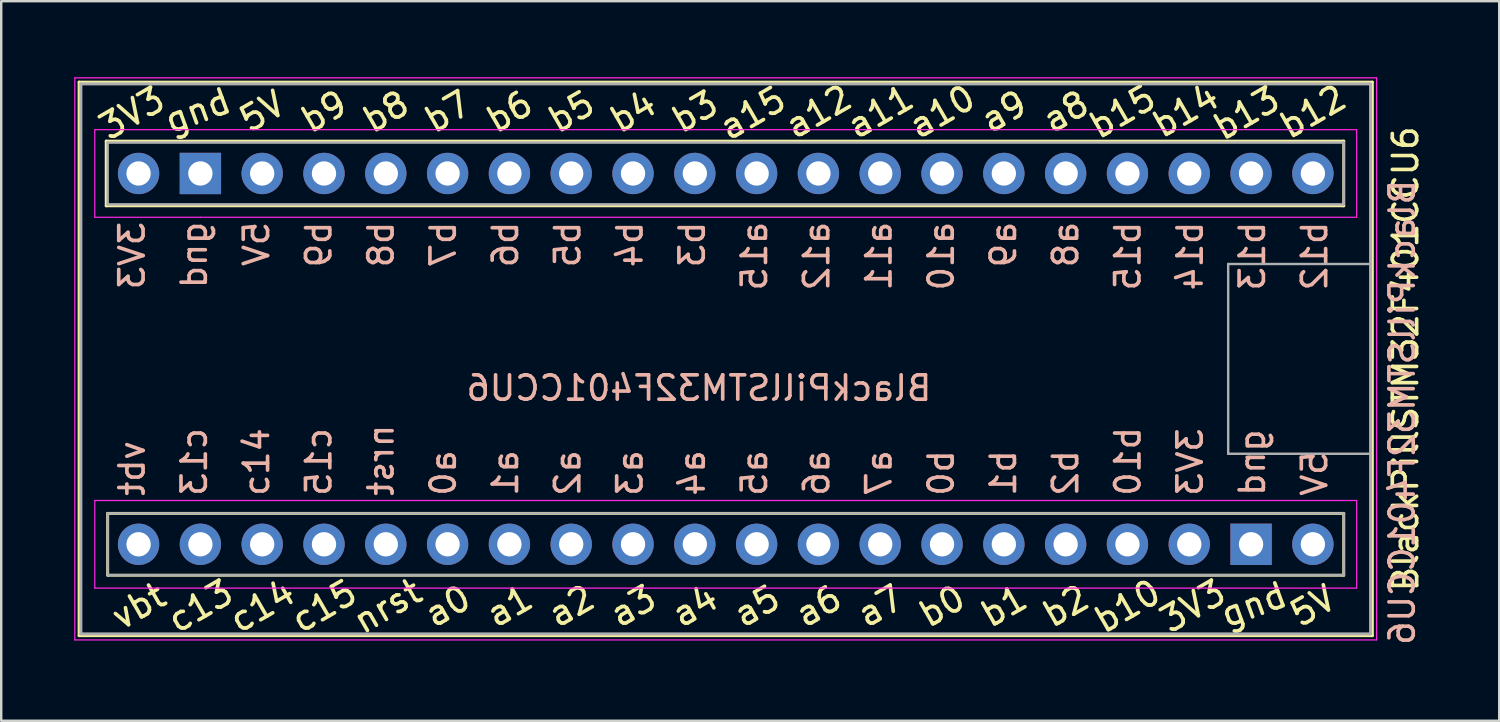
<source format=kicad_pcb>
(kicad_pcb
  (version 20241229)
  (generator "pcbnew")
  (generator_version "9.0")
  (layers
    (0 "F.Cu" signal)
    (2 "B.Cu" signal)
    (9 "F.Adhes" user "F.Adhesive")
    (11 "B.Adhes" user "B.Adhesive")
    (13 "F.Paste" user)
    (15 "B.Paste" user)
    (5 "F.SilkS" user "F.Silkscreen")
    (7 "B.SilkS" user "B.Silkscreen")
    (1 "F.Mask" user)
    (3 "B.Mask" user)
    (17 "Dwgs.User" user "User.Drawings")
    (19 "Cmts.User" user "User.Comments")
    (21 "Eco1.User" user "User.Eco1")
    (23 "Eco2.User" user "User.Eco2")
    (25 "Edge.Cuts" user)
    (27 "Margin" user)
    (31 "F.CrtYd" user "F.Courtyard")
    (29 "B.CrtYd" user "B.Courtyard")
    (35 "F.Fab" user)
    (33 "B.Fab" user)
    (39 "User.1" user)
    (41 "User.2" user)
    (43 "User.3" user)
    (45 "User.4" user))
  (footprint "BlackPillSTM32F401CCU6"
    (layer "F.Cu")
    (at 26.775 11.699)
    (property "Reference" "BlackPillSTM32F401CCU6" (at 27.94 0 270) (layer "F.SilkS") (effects (font (size 1 1) (thickness 0.15))))
    (property "Value" "BlackPillSTM32F401CCU6" (at -0.635 12.7 180) (layer "F.Fab") (hide yes) (effects (font (size 1 1) (thickness 0.15))))
    (attr through_hole)
    (fp_line (start -26.575 -11.375) (end 26.575 -11.375) (stroke (width 0.12) (type solid)) (layer "F.SilkS"))
    (fp_line (start -26.575 11.375) (end -26.575 -11.375) (stroke (width 0.12) (type solid)) (layer "F.SilkS"))
    (fp_line (start -25.46 -8.95) (end 25.4 -8.95) (stroke (width 0.12) (type solid)) (layer "F.SilkS"))
    (fp_line (start -25.46 -6.29) (end -25.46 -8.95) (stroke (width 0.12) (type solid)) (layer "F.SilkS"))
    (fp_line (start -25.4 6.35) (end 25.4 6.35) (stroke (width 0.12) (type solid)) (layer "F.SilkS"))
    (fp_line (start -25.4 8.89) (end -25.4 6.35) (stroke (width 0.12) (type solid)) (layer "F.SilkS"))
    (fp_line (start 25.4 -8.95) (end 25.4 -6.29) (stroke (width 0.12) (type solid)) (layer "F.SilkS"))
    (fp_line (start 25.4 -6.29) (end -25.46 -6.29) (stroke (width 0.12) (type solid)) (layer "F.SilkS"))
    (fp_line (start 25.4 6.35) (end 25.4 8.89) (stroke (width 0.12) (type solid)) (layer "F.SilkS"))
    (fp_line (start 25.4 8.89) (end -25.4 8.89) (stroke (width 0.12) (type solid)) (layer "F.SilkS"))
    (fp_line (start 26.575 -11.375) (end 26.575 11.375) (stroke (width 0.12) (type solid)) (layer "F.SilkS"))
    (fp_line (start 26.575 11.375) (end -26.575 11.375) (stroke (width 0.12) (type solid)) (layer "F.SilkS"))
    (fp_line (start -26.75 -11.55) (end 26.75 -11.55) (stroke (width 0.05) (type solid)) (layer "F.CrtYd"))
    (fp_line (start -26.75 11.55) (end -26.75 -11.55) (stroke (width 0.05) (type solid)) (layer "F.CrtYd"))
    (fp_line (start -25.93 -9.42) (end -25.93 -5.82) (stroke (width 0.05) (type solid)) (layer "F.CrtYd"))
    (fp_line (start -25.93 9.42) (end -25.93 5.82) (stroke (width 0.05) (type solid)) (layer "F.CrtYd"))
    (fp_line (start -21.59 -5.82) (end -25.93 -5.82) (stroke (width 0.05) (type solid)) (layer "F.CrtYd"))
    (fp_line (start -21.59 5.82) (end -25.93 5.82) (stroke (width 0.05) (type solid)) (layer "F.CrtYd"))
    (fp_line (start 25.93 -9.42) (end -25.93 -9.42) (stroke (width 0.05) (type solid)) (layer "F.CrtYd"))
    (fp_line (start 25.93 -5.82) (end -21.59 -5.82) (stroke (width 0.05) (type solid)) (layer "F.CrtYd"))
    (fp_line (start 25.93 -5.82) (end 25.93 -9.42) (stroke (width 0.05) (type solid)) (layer "F.CrtYd"))
    (fp_line (start 25.93 5.82) (end -21.59 5.82) (stroke (width 0.05) (type solid)) (layer "F.CrtYd"))
    (fp_line (start 25.93 5.82) (end 25.93 9.42) (stroke (width 0.05) (type solid)) (layer "F.CrtYd"))
    (fp_line (start 25.93 9.42) (end -25.93 9.42) (stroke (width 0.05) (type solid)) (layer "F.CrtYd"))
    (fp_line (start 26.75 -11.55) (end 26.75 11.55) (stroke (width 0.05) (type solid)) (layer "F.CrtYd"))
    (fp_line (start 26.75 11.55) (end -26.75 11.55) (stroke (width 0.05) (type solid)) (layer "F.CrtYd"))
    (fp_line (start -26.5 -11.3) (end -26.5 11.3) (stroke (width 0.12) (type solid)) (layer "F.Fab"))
    (fp_line (start -26.5 -11.3) (end 26.45 -11.3) (stroke (width 0.12) (type solid)) (layer "F.Fab"))
    (fp_line (start -25.4 -8.89) (end 25.4 -8.89) (stroke (width 0.1) (type solid)) (layer "F.Fab"))
    (fp_line (start -25.4 -6.35) (end -25.4 -8.89) (stroke (width 0.1) (type solid)) (layer "F.Fab"))
    (fp_line (start -25.4 6.35) (end 25.4 6.35) (stroke (width 0.1) (type solid)) (layer "F.Fab"))
    (fp_line (start -25.4 8.89) (end -25.4 6.35) (stroke (width 0.1) (type solid)) (layer "F.Fab"))
    (fp_line (start 20.65 -3.9) (end 20.65 3.9) (stroke (width 0.1) (type solid)) (layer "F.Fab"))
    (fp_line (start 20.65 -3.9) (end 26.45 -3.9) (stroke (width 0.1) (type solid)) (layer "F.Fab"))
    (fp_line (start 20.65 3.9) (end 26.45 3.9) (stroke (width 0.1) (type solid)) (layer "F.Fab"))
    (fp_line (start 25.4 -8.89) (end 25.4 -6.35) (stroke (width 0.1) (type solid)) (layer "F.Fab"))
    (fp_line (start 25.4 -6.35) (end -25.4 -6.35) (stroke (width 0.1) (type solid)) (layer "F.Fab"))
    (fp_line (start 25.4 6.35) (end 25.4 8.89) (stroke (width 0.1) (type solid)) (layer "F.Fab"))
    (fp_line (start 25.4 8.89) (end -25.4 8.89) (stroke (width 0.1) (type solid)) (layer "F.Fab"))
    (fp_line (start 26.5 -11.3) (end 26.5 11.3) (stroke (width 0.12) (type solid)) (layer "F.Fab"))
    (fp_line (start 26.5 11.3) (end -26.5 11.3) (stroke (width 0.12) (type solid)) (layer "F.Fab"))
    (fp_text user "a1" (at -8.89 10.16 30) (layer "F.SilkS") (effects (font (size 1 1) (thickness 0.15))))
    (fp_text user "b6" (at -8.89 -10.16 30) (layer "F.SilkS") (effects (font (size 1 1) (thickness 0.15))))
    (fp_text user "b3" (at -1.27 -10.16 30) (layer "F.SilkS") (effects (font (size 1 1) (thickness 0.15))))
    (fp_text user "5V" (at -19.05 -10.16 30) (layer "F.SilkS") (effects (font (size 1 1) (thickness 0.15))))
    (fp_text user "b13" (at 21.4 -10.1 30) (layer "F.SilkS") (effects (font (size 1 1) (thickness 0.15))))
    (fp_text user "a4" (at -1.27 10.16 30) (layer "F.SilkS") (effects (font (size 1 1) (thickness 0.15))))
    (fp_text user "b0" (at 8.89 10.16 30) (layer "F.SilkS") (effects (font (size 1 1) (thickness 0.15))))
    (fp_text user "3V3" (at -24.4 -10.1 30) (layer "F.SilkS") (effects (font (size 1 1) (thickness 0.15))))
    (fp_text user "b12" (at 24.13 -10.16 30) (layer "F.SilkS") (effects (font (size 1 1) (thickness 0.15))))
    (fp_text user "b2" (at 13.97 10.16 30) (layer "F.SilkS") (effects (font (size 1 1) (thickness 0.15))))
    (fp_text user "a12" (at 3.81 -10.16 30) (layer "F.SilkS") (effects (font (size 1 1) (thickness 0.15))))
    (fp_text user "a11" (at 6.35 -10.16 30) (layer "F.SilkS") (effects (font (size 1 1) (thickness 0.15))))
    (fp_text user "nrst" (at -13.9 10.16 30) (layer "F.SilkS") (effects (font (size 1 1) (thickness 0.15))))
    (fp_text user "b8" (at -13.97 -10.16 30) (layer "F.SilkS") (effects (font (size 1 1) (thickness 0.15))))
    (fp_text user "a15" (at 1.1 -10.1 30) (layer "F.SilkS") (effects (font (size 1 1) (thickness 0.15))))
    (fp_text user "vbt" (at -24.13 10.16 30) (layer "F.SilkS") (effects (font (size 1 1) (thickness 0.15))))
    (fp_text user "a9" (at 11.43 -10.16 30) (layer "F.SilkS") (effects (font (size 1 1) (thickness 0.15))))
    (fp_text user "a7" (at 6.35 10.16 30) (layer "F.SilkS") (effects (font (size 1 1) (thickness 0.15))))
    (fp_text user "b15" (at 16.3 -10.16 30) (layer "F.SilkS") (effects (font (size 1 1) (thickness 0.15))))
    (fp_text user "a10" (at 8.89 -10.16 30) (layer "F.SilkS") (effects (font (size 1 1) (thickness 0.15))))
    (fp_text user "gnd" (at 21.7 10.1 20) (layer "F.SilkS") (effects (font (size 1 1) (thickness 0.15))))
    (fp_text user "c15" (at -16.51 10.16 30) (layer "F.SilkS") (effects (font (size 1 1) (thickness 0.15))))
    (fp_text user "b7" (at -11.43 -10.16 30) (layer "F.SilkS") (effects (font (size 1 1) (thickness 0.15))))
    (fp_text user "b5" (at -6.35 -10.16 30) (layer "F.SilkS") (effects (font (size 1 1) (thickness 0.15))))
    (fp_text user "a3" (at -3.81 10.16 30) (layer "F.SilkS") (effects (font (size 1 1) (thickness 0.15))))
    (fp_text user "c13" (at -21.59 10.16 30) (layer "F.SilkS") (effects (font (size 1 1) (thickness 0.15))))
    (fp_text user "b1" (at 11.43 10.16 30) (layer "F.SilkS") (effects (font (size 1 1) (thickness 0.15))))
    (fp_text user "a5" (at 1.27 10.16 30) (layer "F.SilkS") (effects (font (size 1 1) (thickness 0.15))))
    (fp_text user "a8" (at 13.97 -10.16 30) (layer "F.SilkS") (effects (font (size 1 1) (thickness 0.15))))
    (fp_text user "a0" (at -11.43 10.16 30) (layer "F.SilkS") (effects (font (size 1 1) (thickness 0.15))))
    (fp_text user "a6" (at 3.81 10.16 30) (layer "F.SilkS") (effects (font (size 1 1) (thickness 0.15))))
    (fp_text user "b10" (at 16.51 10.16 30) (layer "F.SilkS") (effects (font (size 1 1) (thickness 0.15))))
    (fp_text user "b14" (at 18.9 -10.2 30) (layer "F.SilkS") (effects (font (size 1 1) (thickness 0.15))))
    (fp_text user "gnd" (at -21.7 -10.2 20) (layer "F.SilkS") (effects (font (size 1 1) (thickness 0.15))))
    (fp_text user "a2" (at -6.35 10.16 30) (layer "F.SilkS") (effects (font (size 1 1) (thickness 0.15))))
    (fp_text user "b9" (at -16.51 -10.16 30) (layer "F.SilkS") (effects (font (size 1 1) (thickness 0.15))))
    (fp_text user "c14" (at -19.05 10.16 30) (layer "F.SilkS") (effects (font (size 1 1) (thickness 0.15))))
    (fp_text user "5V" (at 24.13 10.16 30) (layer "F.SilkS") (effects (font (size 1 1) (thickness 0.15))))
    (fp_text user "3V3" (at 19.2 10.16 30) (layer "F.SilkS") (effects (font (size 1 1) (thickness 0.15))))
    (fp_text user "b4" (at -3.81 -10.16 30) (layer "F.SilkS") (effects (font (size 1 1) (thickness 0.15))))
    (fp_text user "a12" (at 3.737 -4.224 270) (layer "B.SilkS") (effects (font (size 1 1) (thickness 0.15)) (justify mirror)))
    (fp_text user "gnd" (at 21.642 4.262 270) (layer "B.SilkS") (effects (font (size 1 1) (thickness 0.15)) (justify mirror)))
    (fp_text user "a5" (at 1.179 4.69 90) (layer "B.SilkS") (effects (font (size 1 1) (thickness 0.15)) (justify mirror)))
    (fp_text user "5V" (at 24.2 4.714 270) (layer "B.SilkS") (effects (font (size 1 1) (thickness 0.15)) (justify mirror)))
    (fp_text user "b1" (at 11.411 4.69 90) (layer "B.SilkS") (effects (font (size 1 1) (thickness 0.15)) (justify mirror)))
    (fp_text user "c14" (at -19.284 4.238 90) (layer "B.SilkS") (effects (font (size 1 1) (thickness 0.15))))
    (fp_text user "b13" (at 21.642 -4.224 90) (layer "B.SilkS") (effects (font (size 1 1) (thickness 0.15)) (justify mirror)))
    (fp_text user "a3" (at -3.937 4.69 90) (layer "B.SilkS") (effects (font (size 1 1) (thickness 0.15)) (justify mirror)))
    (fp_text user "3V3" (at 19.084 4.238 90) (layer "B.SilkS") (effects (font (size 1 1) (thickness 0.15)) (justify mirror)))
    (fp_text user "b5" (at -6.495 -4.7 270) (layer "B.SilkS") (effects (font (size 1 1) (thickness 0.15)) (justify mirror)))
    (fp_text user "b14" (at 19.084 -4.224 270) (layer "B.SilkS") (effects (font (size 1 1) (thickness 0.15)) (justify mirror)))
    (fp_text user "a2" (at -6.495 4.69 90) (layer "B.SilkS") (effects (font (size 1 1) (thickness 0.15)) (justify mirror)))
    (fp_text user "${REFERENCE}" (at 27.8 2.2 270) (layer "B.SilkS") (effects (font (size 1 1) (thickness 0.15)) (justify mirror)))
    (fp_text user "a0" (at -11.611 4.69 90) (layer "B.SilkS") (effects (font (size 1 1) (thickness 0.15)) (justify mirror)))
    (fp_text user "5V" (at -19.284 -4.724 270) (layer "B.SilkS") (effects (font (size 1 1) (thickness 0.15)) (justify mirror)))
    (fp_text user "3V3" (at -24.4 -4.248 90) (layer "B.SilkS") (effects (font (size 1 1) (thickness 0.15)) (justify mirror)))
    (fp_text user "gnd" (at -21.842 -4.271 270) (layer "B.SilkS") (effects (font (size 1 1) (thickness 0.15)) (justify mirror)))
    (fp_text user "a11" (at 6.295 -4.224 270) (layer "B.SilkS") (effects (font (size 1 1) (thickness 0.15)) (justify mirror)))
    (fp_text user "${VALUE}" (at -1.1 1.2 180) (layer "B.SilkS") (effects (font (size 1 1) (thickness 0.15)) (justify mirror)))
    (fp_text user "b6" (at -9.053 -4.7 270) (layer "B.SilkS") (effects (font (size 1 1) (thickness 0.15)) (justify mirror)))
    (fp_text user "a15" (at 1.179 -4.224 270) (layer "B.SilkS") (effects (font (size 1 1) (thickness 0.15)) (justify mirror)))
    (fp_text user "c15" (at -16.726 4.238 90) (layer "B.SilkS") (effects (font (size 1 1) (thickness 0.15)) (justify mirror)))
    (fp_text user "nrst" (at -14.168 4.167 90) (layer "B.SilkS") (effects (font (size 1 1) (thickness 0.15)) (justify mirror)))
    (fp_text user "b3" (at -1.379 -4.7 270) (layer "B.SilkS") (effects (font (size 1 1) (thickness 0.15)) (justify mirror)))
    (fp_text user "b10" (at 16.526 4.214 90) (layer "B.SilkS") (effects (font (size 1 1) (thickness 0.15)) (justify mirror)))
    (fp_text user "vbt" (at -24.4 4.5 90) (layer "B.SilkS") (effects (font (size 1 1) (thickness 0.15)) (justify mirror)))
    (fp_text user "b12" (at 24.2 -4.224 90) (layer "B.SilkS") (effects (font (size 1 1) (thickness 0.15)) (justify mirror)))
    (fp_text user "a6" (at 3.737 4.69 90) (layer "B.SilkS") (effects (font (size 1 1) (thickness 0.15)) (justify mirror)))
    (fp_text user "a1" (at -9.053 4.69 90) (layer "B.SilkS") (effects (font (size 1 1) (thickness 0.15)) (justify mirror)))
    (fp_text user "a4" (at -1.379 4.69 90) (layer "B.SilkS") (effects (font (size 1 1) (thickness 0.15)) (justify mirror)))
    (fp_text user "b0" (at 8.853 4.69 90) (layer "B.SilkS") (effects (font (size 1 1) (thickness 0.15)) (justify mirror)))
    (fp_text user "b15" (at 16.526 -4.224 270) (layer "B.SilkS") (effects (font (size 1 1) (thickness 0.15)) (justify mirror)))
    (fp_text user "b2" (at 13.968 4.69 90) (layer "B.SilkS") (effects (font (size 1 1) (thickness 0.15)) (justify mirror)))
    (fp_text user "b9" (at -16.726 -4.7 270) (layer "B.SilkS") (effects (font (size 1 1) (thickness 0.15)) (justify mirror)))
    (fp_text user "a10" (at 8.853 -4.224 270) (layer "B.SilkS") (effects (font (size 1 1) (thickness 0.15)) (justify mirror)))
    (fp_text user "a7" (at 6.295 4.69 90) (layer "B.SilkS") (effects (font (size 1 1) (thickness 0.15)) (justify mirror)))
    (fp_text user "b7" (at -11.611 -4.7 270) (layer "B.SilkS") (effects (font (size 1 1) (thickness 0.15)) (justify mirror)))
    (fp_text user "a8" (at 13.968 -4.7 270) (layer "B.SilkS") (effects (font (size 1 1) (thickness 0.15)) (justify mirror)))
    (fp_text user "b8" (at -14.168 -4.7 270) (layer "B.SilkS") (effects (font (size 1 1) (thickness 0.15)) (justify mirror)))
    (fp_text user "b4" (at -3.937 -4.7 270) (layer "B.SilkS") (effects (font (size 1 1) (thickness 0.15)) (justify mirror)))
    (fp_text user "a9" (at 11.411 -4.7 270) (layer "B.SilkS") (effects (font (size 1 1) (thickness 0.15)) (justify mirror)))
    (fp_text user "c13" (at -21.842 4.238 90) (layer "B.SilkS") (effects (font (size 1 1) (thickness 0.15)) (justify mirror)))
    (pad "1" thru_hole circle (at 24.13 -7.62 270) (size 1.7 1.7) (drill 1) (layers "*.Cu" "*.Mask"))
    (pad "2" thru_hole circle (at 21.59 -7.62 270) (size 1.7 1.7) (drill 1) (layers "*.Cu" "*.Mask"))
    (pad "3" thru_hole circle (at 19.05 -7.62 270) (size 1.7 1.7) (drill 1) (layers "*.Cu" "*.Mask"))
    (pad "4" thru_hole circle (at 16.51 -7.62 270) (size 1.7 1.7) (drill 1) (layers "*.Cu" "*.Mask"))
    (pad "5" thru_hole circle (at 13.97 -7.62 270) (size 1.7 1.7) (drill 1) (layers "*.Cu" "*.Mask"))
    (pad "6" thru_hole circle (at 11.43 -7.62 270) (size 1.7 1.7) (drill 1) (layers "*.Cu" "*.Mask"))
    (pad "7" thru_hole circle (at 8.89 -7.62 270) (size 1.7 1.7) (drill 1) (layers "*.Cu" "*.Mask"))
    (pad "8" thru_hole circle (at 6.35 -7.62 270) (size 1.7 1.7) (drill 1) (layers "*.Cu" "*.Mask"))
    (pad "9" thru_hole circle (at 3.81 -7.62 270) (size 1.7 1.7) (drill 1) (layers "*.Cu" "*.Mask"))
    (pad "10" thru_hole circle (at 1.27 -7.62) (size 1.7 1.7) (drill 1) (layers "*.Cu" "*.Mask"))
    (pad "11" thru_hole circle (at -1.27 -7.62 270) (size 1.7 1.7) (drill 1) (layers "*.Cu" "*.Mask"))
    (pad "12" thru_hole circle (at -3.81 -7.62 270) (size 1.7 1.7) (drill 1) (layers "*.Cu" "*.Mask"))
    (pad "13" thru_hole circle (at -6.35 -7.62 270) (size 1.7 1.7) (drill 1) (layers "*.Cu" "*.Mask"))
    (pad "14" thru_hole circle (at -8.89 -7.62 270) (size 1.7 1.7) (drill 1) (layers "*.Cu" "*.Mask"))
    (pad "15" thru_hole circle (at -11.43 -7.62 270) (size 1.7 1.7) (drill 1) (layers "*.Cu" "*.Mask"))
    (pad "16" thru_hole circle (at -13.97 -7.62 270) (size 1.7 1.7) (drill 1) (layers "*.Cu" "*.Mask"))
    (pad "17" thru_hole circle (at -16.51 -7.62 270) (size 1.7 1.7) (drill 1) (layers "*.Cu" "*.Mask"))
    (pad "18" thru_hole circle (at -19.05 -7.62 270) (size 1.7 1.7) (drill 1) (layers "*.Cu" "*.Mask"))
    (pad "19" thru_hole rect (at -21.59 -7.62 270) (size 1.7 1.7) (drill 1) (layers "*.Cu" "*.Mask"))
    (pad "20" thru_hole circle (at -24.13 -7.62 270) (size 1.7 1.7) (drill 1) (layers "*.Cu" "*.Mask"))
    (pad "21" thru_hole circle (at -24.13 7.62 270) (size 1.7 1.7) (drill 1) (layers "*.Cu" "*.Mask"))
    (pad "22" thru_hole circle (at -21.59 7.62 270) (size 1.7 1.7) (drill 1) (layers "*.Cu" "*.Mask"))
    (pad "23" thru_hole circle (at -19.05 7.62 270) (size 1.7 1.7) (drill 1) (layers "*.Cu" "*.Mask"))
    (pad "24" thru_hole circle (at -16.51 7.62 270) (size 1.7 1.7) (drill 1) (layers "*.Cu" "*.Mask"))
    (pad "25" thru_hole circle (at -13.97 7.62 270) (size 1.7 1.7) (drill 1) (layers "*.Cu" "*.Mask"))
    (pad "26" thru_hole circle (at -11.43 7.62 270) (size 1.7 1.7) (drill 1) (layers "*.Cu" "*.Mask"))
    (pad "27" thru_hole circle (at -8.89 7.62 270) (size 1.7 1.7) (drill 1) (layers "*.Cu" "*.Mask"))
    (pad "28" thru_hole circle (at -6.35 7.62 270) (size 1.7 1.7) (drill 1) (layers "*.Cu" "*.Mask"))
    (pad "29" thru_hole circle (at -3.81 7.62 270) (size 1.7 1.7) (drill 1) (layers "*.Cu" "*.Mask"))
    (pad "30" thru_hole circle (at -1.27 7.62 270) (size 1.7 1.7) (drill 1) (layers "*.Cu" "*.Mask"))
    (pad "31" thru_hole circle (at 1.27 7.62 270) (size 1.7 1.7) (drill 1) (layers "*.Cu" "*.Mask"))
    (pad "32" thru_hole circle (at 3.81 7.62 270) (size 1.7 1.7) (drill 1) (layers "*.Cu" "*.Mask"))
    (pad "33" thru_hole circle (at 6.35 7.62 270) (size 1.7 1.7) (drill 1) (layers "*.Cu" "*.Mask"))
    (pad "34" thru_hole circle (at 8.89 7.62 270) (size 1.7 1.7) (drill 1) (layers "*.Cu" "*.Mask"))
    (pad "35" thru_hole circle (at 11.43 7.62 270) (size 1.7 1.7) (drill 1) (layers "*.Cu" "*.Mask"))
    (pad "36" thru_hole circle (at 13.97 7.62 270) (size 1.7 1.7) (drill 1) (layers "*.Cu" "*.Mask"))
    (pad "37" thru_hole circle (at 16.51 7.62 270) (size 1.7 1.7) (drill 1) (layers "*.Cu" "*.Mask"))
    (pad "38" thru_hole circle (at 19.05 7.62 270) (size 1.7 1.7) (drill 1) (layers "*.Cu" "*.Mask"))
    (pad "39" thru_hole rect (at 21.59 7.62 270) (size 1.7 1.7) (drill 1) (layers "*.Cu" "*.Mask"))
    (pad "40" thru_hole circle (at 24.13 7.62 270) (size 1.7 1.7) (drill 1) (layers "*.Cu" "*.Mask")))
  (gr_rect
    (start -3 -3)
    (end 58.563 26.572)
    (stroke (width 0.1) (type default))
    (fill no)
    (layer "Edge.Cuts")))
</source>
